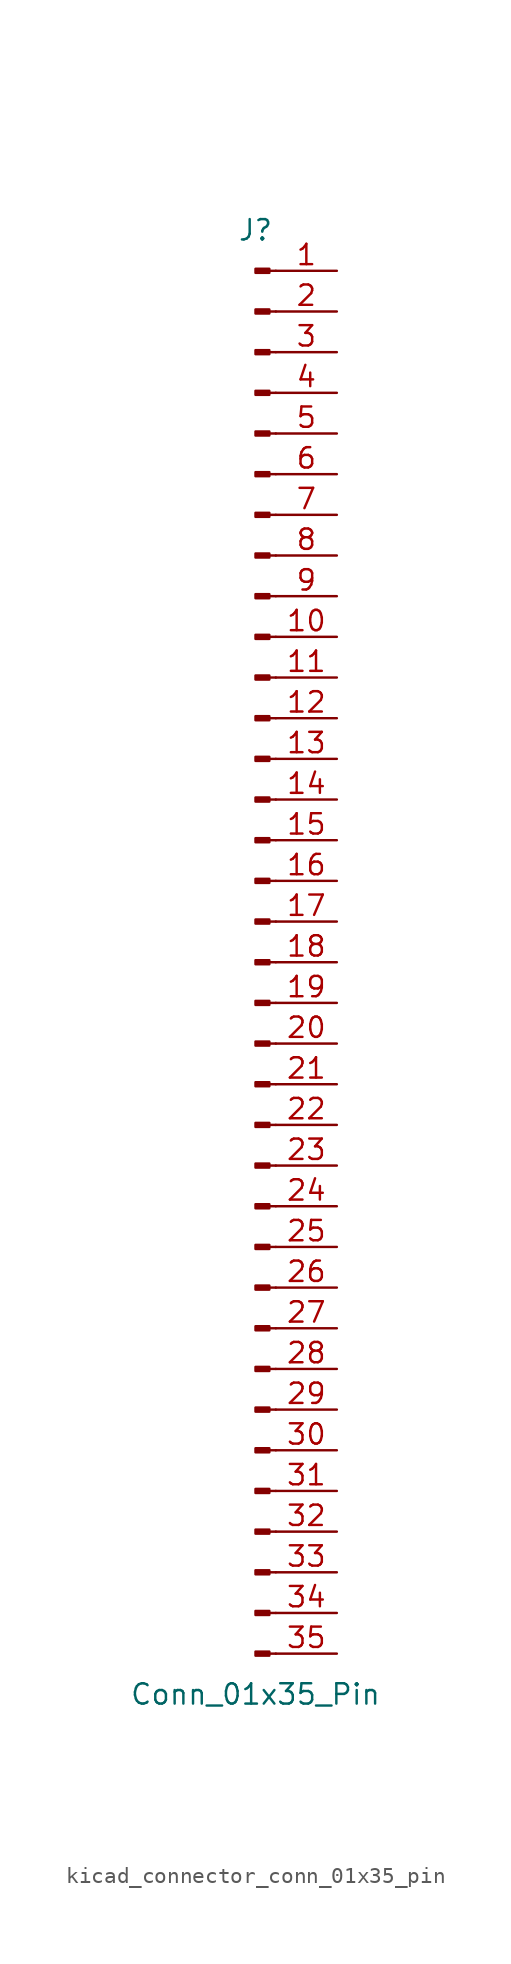
<source format=kicad_sym>
(kicad_symbol_lib
  (version 20220914)
  (generator kicad_symbol_editor)
  (symbol "kicad_connector_conn_01x35_pin"
    (pin_names
      (offset 1.016) hide)
    (property "Reference" "J"
      (at 0 45.72 0)
      (effects (font (size 1.27 1.27))))
    (property "Value" "Conn_01x35_Pin"
      (at 0 -45.72 0)
      (effects (font (size 1.27 1.27))))
    (property "ki_locked" ""
      (at 0 0 0)
      (effects (font (size 1.27 1.27))))
    (symbol "kicad_connector_conn_01x35_pin_1_1"
      (polyline (pts (xy 1.27 -43.18) (xy 0.864 -43.18)) (stroke (width 0.152) (type default)) (fill (type none)))
      (polyline (pts (xy 1.27 -40.64) (xy 0.864 -40.64)) (stroke (width 0.152) (type default)) (fill (type none)))
      (polyline (pts (xy 1.27 -38.1) (xy 0.864 -38.1)) (stroke (width 0.152) (type default)) (fill (type none)))
      (polyline (pts (xy 1.27 -35.56) (xy 0.864 -35.56)) (stroke (width 0.152) (type default)) (fill (type none)))
      (polyline (pts (xy 1.27 -33.02) (xy 0.864 -33.02)) (stroke (width 0.152) (type default)) (fill (type none)))
      (polyline (pts (xy 1.27 -30.48) (xy 0.864 -30.48)) (stroke (width 0.152) (type default)) (fill (type none)))
      (polyline (pts (xy 1.27 -27.94) (xy 0.864 -27.94)) (stroke (width 0.152) (type default)) (fill (type none)))
      (polyline (pts (xy 1.27 -25.4) (xy 0.864 -25.4)) (stroke (width 0.152) (type default)) (fill (type none)))
      (polyline (pts (xy 1.27 -22.86) (xy 0.864 -22.86)) (stroke (width 0.152) (type default)) (fill (type none)))
      (polyline (pts (xy 1.27 -20.32) (xy 0.864 -20.32)) (stroke (width 0.152) (type default)) (fill (type none)))
      (polyline (pts (xy 1.27 -17.78) (xy 0.864 -17.78)) (stroke (width 0.152) (type default)) (fill (type none)))
      (polyline (pts (xy 1.27 -15.24) (xy 0.864 -15.24)) (stroke (width 0.152) (type default)) (fill (type none)))
      (polyline (pts (xy 1.27 -12.7) (xy 0.864 -12.7)) (stroke (width 0.152) (type default)) (fill (type none)))
      (polyline (pts (xy 1.27 -10.16) (xy 0.864 -10.16)) (stroke (width 0.152) (type default)) (fill (type none)))
      (polyline (pts (xy 1.27 -7.62) (xy 0.864 -7.62)) (stroke (width 0.152) (type default)) (fill (type none)))
      (polyline (pts (xy 1.27 -5.08) (xy 0.864 -5.08)) (stroke (width 0.152) (type default)) (fill (type none)))
      (polyline (pts (xy 1.27 -2.54) (xy 0.864 -2.54)) (stroke (width 0.152) (type default)) (fill (type none)))
      (polyline (pts (xy 1.27 0) (xy 0.864 0)) (stroke (width 0.152) (type default)) (fill (type none)))
      (polyline (pts (xy 1.27 2.54) (xy 0.864 2.54)) (stroke (width 0.152) (type default)) (fill (type none)))
      (polyline (pts (xy 1.27 5.08) (xy 0.864 5.08)) (stroke (width 0.152) (type default)) (fill (type none)))
      (polyline (pts (xy 1.27 7.62) (xy 0.864 7.62)) (stroke (width 0.152) (type default)) (fill (type none)))
      (polyline (pts (xy 1.27 10.16) (xy 0.864 10.16)) (stroke (width 0.152) (type default)) (fill (type none)))
      (polyline (pts (xy 1.27 12.7) (xy 0.864 12.7)) (stroke (width 0.152) (type default)) (fill (type none)))
      (polyline (pts (xy 1.27 15.24) (xy 0.864 15.24)) (stroke (width 0.152) (type default)) (fill (type none)))
      (polyline (pts (xy 1.27 17.78) (xy 0.864 17.78)) (stroke (width 0.152) (type default)) (fill (type none)))
      (polyline (pts (xy 1.27 20.32) (xy 0.864 20.32)) (stroke (width 0.152) (type default)) (fill (type none)))
      (polyline (pts (xy 1.27 22.86) (xy 0.864 22.86)) (stroke (width 0.152) (type default)) (fill (type none)))
      (polyline (pts (xy 1.27 25.4) (xy 0.864 25.4)) (stroke (width 0.152) (type default)) (fill (type none)))
      (polyline (pts (xy 1.27 27.94) (xy 0.864 27.94)) (stroke (width 0.152) (type default)) (fill (type none)))
      (polyline (pts (xy 1.27 30.48) (xy 0.864 30.48)) (stroke (width 0.152) (type default)) (fill (type none)))
      (polyline (pts (xy 1.27 33.02) (xy 0.864 33.02)) (stroke (width 0.152) (type default)) (fill (type none)))
      (polyline (pts (xy 1.27 35.56) (xy 0.864 35.56)) (stroke (width 0.152) (type default)) (fill (type none)))
      (polyline (pts (xy 1.27 38.1) (xy 0.864 38.1)) (stroke (width 0.152) (type default)) (fill (type none)))
      (polyline (pts (xy 1.27 40.64) (xy 0.864 40.64)) (stroke (width 0.152) (type default)) (fill (type none)))
      (polyline (pts (xy 1.27 43.18) (xy 0.864 43.18)) (stroke (width 0.152) (type default)) (fill (type none)))
      (rectangle (start 0.864 -43.053) (end 0 -43.307) (stroke (width 0.152) (type default)) (fill (type outline)))
      (rectangle (start 0.864 -40.513) (end 0 -40.767) (stroke (width 0.152) (type default)) (fill (type outline)))
      (rectangle (start 0.864 -37.973) (end 0 -38.227) (stroke (width 0.152) (type default)) (fill (type outline)))
      (rectangle (start 0.864 -35.433) (end 0 -35.687) (stroke (width 0.152) (type default)) (fill (type outline)))
      (rectangle (start 0.864 -32.893) (end 0 -33.147) (stroke (width 0.152) (type default)) (fill (type outline)))
      (rectangle (start 0.864 -30.353) (end 0 -30.607) (stroke (width 0.152) (type default)) (fill (type outline)))
      (rectangle (start 0.864 -27.813) (end 0 -28.067) (stroke (width 0.152) (type default)) (fill (type outline)))
      (rectangle (start 0.864 -25.273) (end 0 -25.527) (stroke (width 0.152) (type default)) (fill (type outline)))
      (rectangle (start 0.864 -22.733) (end 0 -22.987) (stroke (width 0.152) (type default)) (fill (type outline)))
      (rectangle (start 0.864 -20.193) (end 0 -20.447) (stroke (width 0.152) (type default)) (fill (type outline)))
      (rectangle (start 0.864 -17.653) (end 0 -17.907) (stroke (width 0.152) (type default)) (fill (type outline)))
      (rectangle (start 0.864 -15.113) (end 0 -15.367) (stroke (width 0.152) (type default)) (fill (type outline)))
      (rectangle (start 0.864 -12.573) (end 0 -12.827) (stroke (width 0.152) (type default)) (fill (type outline)))
      (rectangle (start 0.864 -10.033) (end 0 -10.287) (stroke (width 0.152) (type default)) (fill (type outline)))
      (rectangle (start 0.864 -7.493) (end 0 -7.747) (stroke (width 0.152) (type default)) (fill (type outline)))
      (rectangle (start 0.864 -4.953) (end 0 -5.207) (stroke (width 0.152) (type default)) (fill (type outline)))
      (rectangle (start 0.864 -2.413) (end 0 -2.667) (stroke (width 0.152) (type default)) (fill (type outline)))
      (rectangle (start 0.864 0.127) (end 0 -0.127) (stroke (width 0.152) (type default)) (fill (type outline)))
      (rectangle (start 0.864 2.667) (end 0 2.413) (stroke (width 0.152) (type default)) (fill (type outline)))
      (rectangle (start 0.864 5.207) (end 0 4.953) (stroke (width 0.152) (type default)) (fill (type outline)))
      (rectangle (start 0.864 7.747) (end 0 7.493) (stroke (width 0.152) (type default)) (fill (type outline)))
      (rectangle (start 0.864 10.287) (end 0 10.033) (stroke (width 0.152) (type default)) (fill (type outline)))
      (rectangle (start 0.864 12.827) (end 0 12.573) (stroke (width 0.152) (type default)) (fill (type outline)))
      (rectangle (start 0.864 15.367) (end 0 15.113) (stroke (width 0.152) (type default)) (fill (type outline)))
      (rectangle (start 0.864 17.907) (end 0 17.653) (stroke (width 0.152) (type default)) (fill (type outline)))
      (rectangle (start 0.864 20.447) (end 0 20.193) (stroke (width 0.152) (type default)) (fill (type outline)))
      (rectangle (start 0.864 22.987) (end 0 22.733) (stroke (width 0.152) (type default)) (fill (type outline)))
      (rectangle (start 0.864 25.527) (end 0 25.273) (stroke (width 0.152) (type default)) (fill (type outline)))
      (rectangle (start 0.864 28.067) (end 0 27.813) (stroke (width 0.152) (type default)) (fill (type outline)))
      (rectangle (start 0.864 30.607) (end 0 30.353) (stroke (width 0.152) (type default)) (fill (type outline)))
      (rectangle (start 0.864 33.147) (end 0 32.893) (stroke (width 0.152) (type default)) (fill (type outline)))
      (rectangle (start 0.864 35.687) (end 0 35.433) (stroke (width 0.152) (type default)) (fill (type outline)))
      (rectangle (start 0.864 38.227) (end 0 37.973) (stroke (width 0.152) (type default)) (fill (type outline)))
      (rectangle (start 0.864 40.767) (end 0 40.513) (stroke (width 0.152) (type default)) (fill (type outline)))
      (rectangle (start 0.864 43.307) (end 0 43.053) (stroke (width 0.152) (type default)) (fill (type outline)))
      (pin passive line (at 5.08 43.18 180) (length 3.81) (name "Pin_1" (effects (font (size 1.27 1.27)))) (number "1" (effects (font (size 1.27 1.27)))))
      (pin passive line (at 5.08 20.32 180) (length 3.81) (name "Pin_10" (effects (font (size 1.27 1.27)))) (number "10" (effects (font (size 1.27 1.27)))))
      (pin passive line (at 5.08 17.78 180) (length 3.81) (name "Pin_11" (effects (font (size 1.27 1.27)))) (number "11" (effects (font (size 1.27 1.27)))))
      (pin passive line (at 5.08 15.24 180) (length 3.81) (name "Pin_12" (effects (font (size 1.27 1.27)))) (number "12" (effects (font (size 1.27 1.27)))))
      (pin passive line (at 5.08 12.7 180) (length 3.81) (name "Pin_13" (effects (font (size 1.27 1.27)))) (number "13" (effects (font (size 1.27 1.27)))))
      (pin passive line (at 5.08 10.16 180) (length 3.81) (name "Pin_14" (effects (font (size 1.27 1.27)))) (number "14" (effects (font (size 1.27 1.27)))))
      (pin passive line (at 5.08 7.62 180) (length 3.81) (name "Pin_15" (effects (font (size 1.27 1.27)))) (number "15" (effects (font (size 1.27 1.27)))))
      (pin passive line (at 5.08 5.08 180) (length 3.81) (name "Pin_16" (effects (font (size 1.27 1.27)))) (number "16" (effects (font (size 1.27 1.27)))))
      (pin passive line (at 5.08 2.54 180) (length 3.81) (name "Pin_17" (effects (font (size 1.27 1.27)))) (number "17" (effects (font (size 1.27 1.27)))))
      (pin passive line (at 5.08 0 180) (length 3.81) (name "Pin_18" (effects (font (size 1.27 1.27)))) (number "18" (effects (font (size 1.27 1.27)))))
      (pin passive line (at 5.08 -2.54 180) (length 3.81) (name "Pin_19" (effects (font (size 1.27 1.27)))) (number "19" (effects (font (size 1.27 1.27)))))
      (pin passive line (at 5.08 40.64 180) (length 3.81) (name "Pin_2" (effects (font (size 1.27 1.27)))) (number "2" (effects (font (size 1.27 1.27)))))
      (pin passive line (at 5.08 -5.08 180) (length 3.81) (name "Pin_20" (effects (font (size 1.27 1.27)))) (number "20" (effects (font (size 1.27 1.27)))))
      (pin passive line (at 5.08 -7.62 180) (length 3.81) (name "Pin_21" (effects (font (size 1.27 1.27)))) (number "21" (effects (font (size 1.27 1.27)))))
      (pin passive line (at 5.08 -10.16 180) (length 3.81) (name "Pin_22" (effects (font (size 1.27 1.27)))) (number "22" (effects (font (size 1.27 1.27)))))
      (pin passive line (at 5.08 -12.7 180) (length 3.81) (name "Pin_23" (effects (font (size 1.27 1.27)))) (number "23" (effects (font (size 1.27 1.27)))))
      (pin passive line (at 5.08 -15.24 180) (length 3.81) (name "Pin_24" (effects (font (size 1.27 1.27)))) (number "24" (effects (font (size 1.27 1.27)))))
      (pin passive line (at 5.08 -17.78 180) (length 3.81) (name "Pin_25" (effects (font (size 1.27 1.27)))) (number "25" (effects (font (size 1.27 1.27)))))
      (pin passive line (at 5.08 -20.32 180) (length 3.81) (name "Pin_26" (effects (font (size 1.27 1.27)))) (number "26" (effects (font (size 1.27 1.27)))))
      (pin passive line (at 5.08 -22.86 180) (length 3.81) (name "Pin_27" (effects (font (size 1.27 1.27)))) (number "27" (effects (font (size 1.27 1.27)))))
      (pin passive line (at 5.08 -25.4 180) (length 3.81) (name "Pin_28" (effects (font (size 1.27 1.27)))) (number "28" (effects (font (size 1.27 1.27)))))
      (pin passive line (at 5.08 -27.94 180) (length 3.81) (name "Pin_29" (effects (font (size 1.27 1.27)))) (number "29" (effects (font (size 1.27 1.27)))))
      (pin passive line (at 5.08 38.1 180) (length 3.81) (name "Pin_3" (effects (font (size 1.27 1.27)))) (number "3" (effects (font (size 1.27 1.27)))))
      (pin passive line (at 5.08 -30.48 180) (length 3.81) (name "Pin_30" (effects (font (size 1.27 1.27)))) (number "30" (effects (font (size 1.27 1.27)))))
      (pin passive line (at 5.08 -33.02 180) (length 3.81) (name "Pin_31" (effects (font (size 1.27 1.27)))) (number "31" (effects (font (size 1.27 1.27)))))
      (pin passive line (at 5.08 -35.56 180) (length 3.81) (name "Pin_32" (effects (font (size 1.27 1.27)))) (number "32" (effects (font (size 1.27 1.27)))))
      (pin passive line (at 5.08 -38.1 180) (length 3.81) (name "Pin_33" (effects (font (size 1.27 1.27)))) (number "33" (effects (font (size 1.27 1.27)))))
      (pin passive line (at 5.08 -40.64 180) (length 3.81) (name "Pin_34" (effects (font (size 1.27 1.27)))) (number "34" (effects (font (size 1.27 1.27)))))
      (pin passive line (at 5.08 -43.18 180) (length 3.81) (name "Pin_35" (effects (font (size 1.27 1.27)))) (number "35" (effects (font (size 1.27 1.27)))))
      (pin passive line (at 5.08 35.56 180) (length 3.81) (name "Pin_4" (effects (font (size 1.27 1.27)))) (number "4" (effects (font (size 1.27 1.27)))))
      (pin passive line (at 5.08 33.02 180) (length 3.81) (name "Pin_5" (effects (font (size 1.27 1.27)))) (number "5" (effects (font (size 1.27 1.27)))))
      (pin passive line (at 5.08 30.48 180) (length 3.81) (name "Pin_6" (effects (font (size 1.27 1.27)))) (number "6" (effects (font (size 1.27 1.27)))))
      (pin passive line (at 5.08 27.94 180) (length 3.81) (name "Pin_7" (effects (font (size 1.27 1.27)))) (number "7" (effects (font (size 1.27 1.27)))))
      (pin passive line (at 5.08 25.4 180) (length 3.81) (name "Pin_8" (effects (font (size 1.27 1.27)))) (number "8" (effects (font (size 1.27 1.27)))))
      (pin passive line (at 5.08 22.86 180) (length 3.81) (name "Pin_9" (effects (font (size 1.27 1.27)))) (number "9" (effects (font (size 1.27 1.27))))))))
</source>
